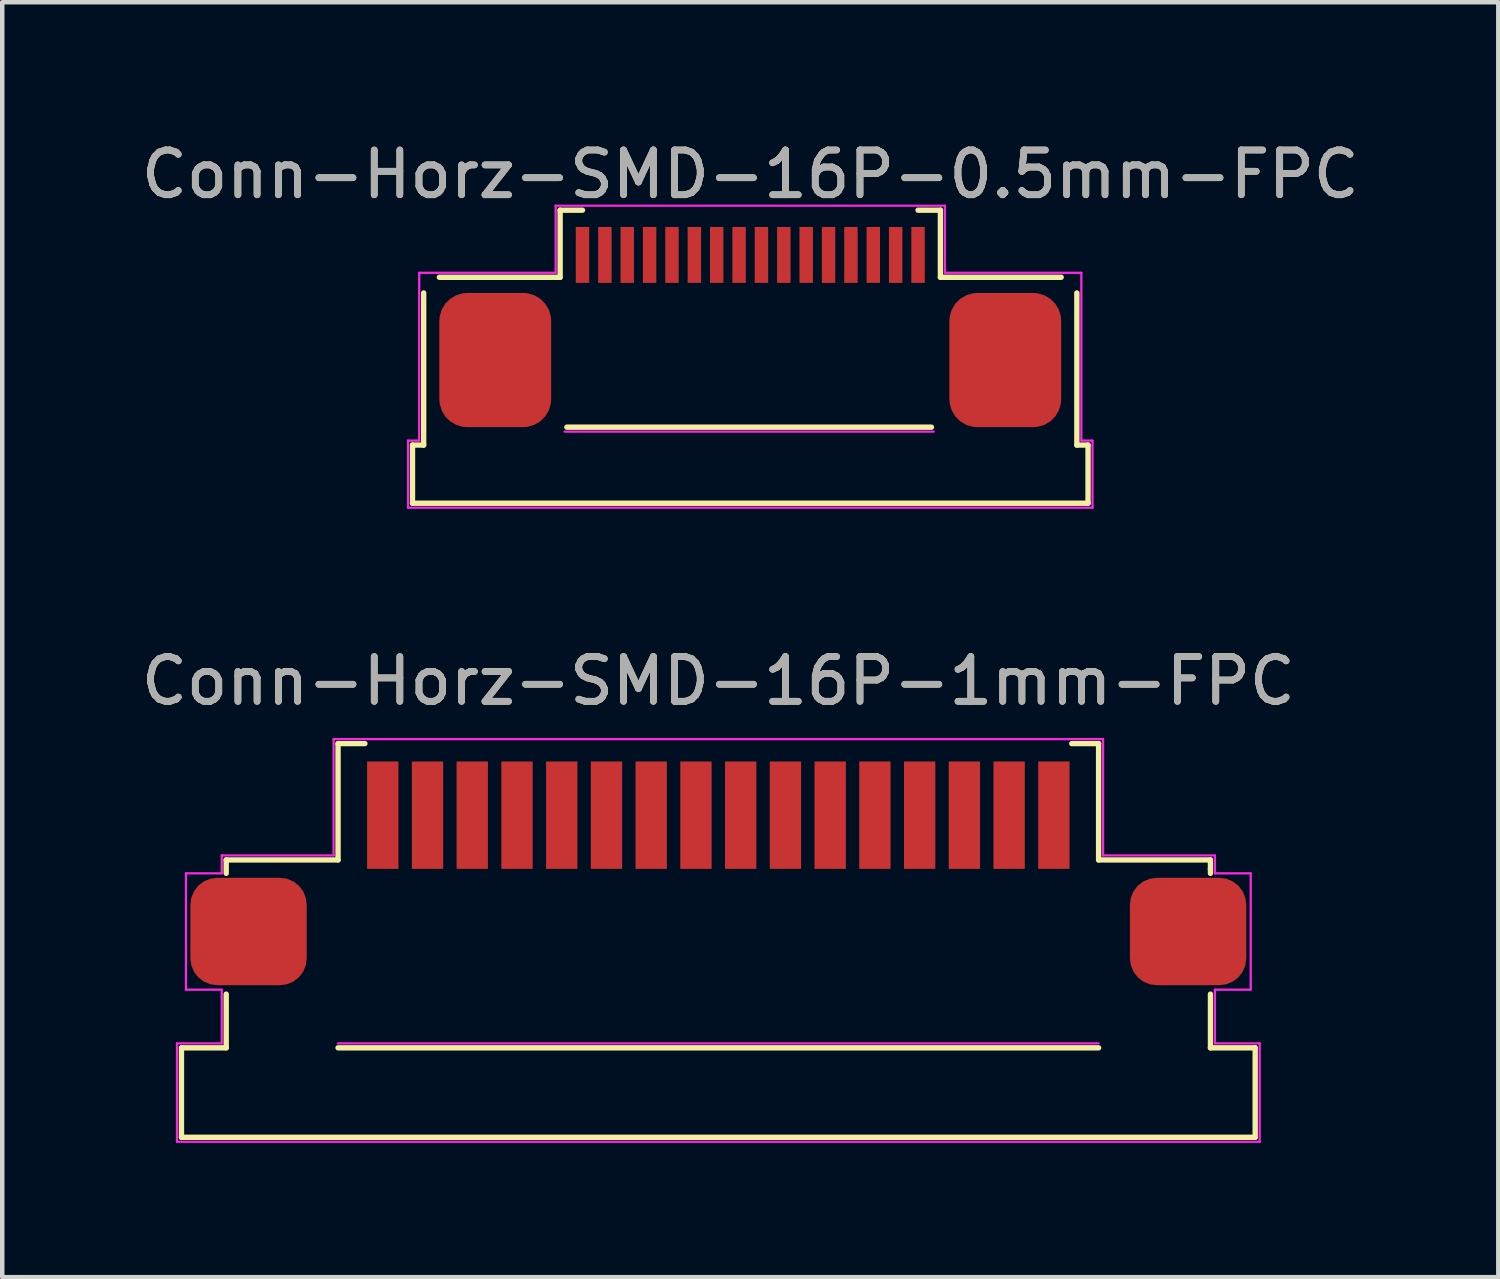
<source format=kicad_pcb>
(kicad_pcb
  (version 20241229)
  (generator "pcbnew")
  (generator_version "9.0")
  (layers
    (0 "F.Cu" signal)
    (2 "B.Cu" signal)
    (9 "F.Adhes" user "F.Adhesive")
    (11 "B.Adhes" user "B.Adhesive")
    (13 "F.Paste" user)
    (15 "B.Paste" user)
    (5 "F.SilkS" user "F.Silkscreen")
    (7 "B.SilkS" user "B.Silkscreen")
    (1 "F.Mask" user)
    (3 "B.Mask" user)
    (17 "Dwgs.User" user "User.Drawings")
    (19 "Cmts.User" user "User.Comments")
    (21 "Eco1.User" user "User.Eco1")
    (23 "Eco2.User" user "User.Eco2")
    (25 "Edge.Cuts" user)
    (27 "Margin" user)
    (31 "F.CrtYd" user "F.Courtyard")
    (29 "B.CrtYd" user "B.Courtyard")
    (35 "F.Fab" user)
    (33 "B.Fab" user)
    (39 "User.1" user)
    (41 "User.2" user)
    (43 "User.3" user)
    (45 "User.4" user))
  (footprint "Conn-Horz-SMD-16P-1mm-FPC"
    (layer "F.Cu")
    (at 13.006 18.971)
    (property "Reference" "Conn-Horz-SMD-16P-1mm-FPC" (at 0 -6.8 0) (unlocked yes) (layer "F.SilkS") (effects (font (size 1 1) (thickness 0.15))))
    (attr smd)
    (fp_line (start -12 1.4) (end -11 1.4) (stroke (width 0.12) (type solid)) (layer "F.SilkS"))
    (fp_line (start -12 3.4) (end -12 1.4) (stroke (width 0.12) (type solid)) (layer "F.SilkS"))
    (fp_line (start -12 3.4) (end 12 3.4) (stroke (width 0.12) (type solid)) (layer "F.SilkS"))
    (fp_line (start -11 -2.8) (end -8.5 -2.8) (stroke (width 0.12) (type solid)) (layer "F.SilkS"))
    (fp_line (start -11 -2.5) (end -11 -2.8) (stroke (width 0.12) (type solid)) (layer "F.SilkS"))
    (fp_line (start -11 1.4) (end -11 0.2) (stroke (width 0.12) (type solid)) (layer "F.SilkS"))
    (fp_line (start -8.5 -5.4) (end -7.9 -5.4) (stroke (width 0.12) (type solid)) (layer "F.SilkS"))
    (fp_line (start -8.5 -2.8) (end -8.5 -5.4) (stroke (width 0.12) (type solid)) (layer "F.SilkS"))
    (fp_line (start -8.5 1.4) (end 8.5 1.4) (stroke (width 0.12) (type solid)) (layer "F.SilkS"))
    (fp_line (start 8.5 -5.4) (end 7.9 -5.4) (stroke (width 0.12) (type solid)) (layer "F.SilkS"))
    (fp_line (start 8.5 -2.8) (end 8.5 -5.4) (stroke (width 0.12) (type solid)) (layer "F.SilkS"))
    (fp_line (start 11 -2.8) (end 8.5 -2.8) (stroke (width 0.12) (type solid)) (layer "F.SilkS"))
    (fp_line (start 11 -2.6) (end 11 -2.8) (stroke (width 0.12) (type solid)) (layer "F.SilkS"))
    (fp_line (start 11 -2.6) (end 11 -2.5) (stroke (width 0.12) (type solid)) (layer "F.SilkS"))
    (fp_line (start 11 1.4) (end 11 0.2) (stroke (width 0.12) (type solid)) (layer "F.SilkS"))
    (fp_line (start 12 1.4) (end 11 1.4) (stroke (width 0.12) (type solid)) (layer "F.SilkS"))
    (fp_line (start 12 3.4) (end 12 1.4) (stroke (width 0.12) (type solid)) (layer "F.SilkS"))
    (fp_line (start -12.1 1.3) (end -11.1 1.3) (stroke (width 0.05) (type solid)) (layer "F.CrtYd"))
    (fp_line (start -12.1 3.5) (end -12.1 1.3) (stroke (width 0.05) (type solid)) (layer "F.CrtYd"))
    (fp_line (start -11.9 -2.5) (end -11.1 -2.5) (stroke (width 0.05) (type solid)) (layer "F.CrtYd"))
    (fp_line (start -11.9 0.1) (end -11.9 -2.5) (stroke (width 0.05) (type solid)) (layer "F.CrtYd"))
    (fp_line (start -11.1 -2.9) (end -8.6 -2.9) (stroke (width 0.05) (type solid)) (layer "F.CrtYd"))
    (fp_line (start -11.1 -2.5) (end -11.1 -2.9) (stroke (width 0.05) (type solid)) (layer "F.CrtYd"))
    (fp_line (start -11.1 0.1) (end -11.9 0.1) (stroke (width 0.05) (type solid)) (layer "F.CrtYd"))
    (fp_line (start -11.1 1.3) (end -11.1 0.1) (stroke (width 0.05) (type solid)) (layer "F.CrtYd"))
    (fp_line (start -8.6 -5.5) (end 8.6 -5.5) (stroke (width 0.05) (type solid)) (layer "F.CrtYd"))
    (fp_line (start -8.6 -2.9) (end -8.6 -5.5) (stroke (width 0.05) (type solid)) (layer "F.CrtYd"))
    (fp_line (start 8.5 1.3) (end -8.5 1.3) (stroke (width 0.05) (type solid)) (layer "F.CrtYd"))
    (fp_line (start 8.6 -5.5) (end 8.6 -2.9) (stroke (width 0.05) (type solid)) (layer "F.CrtYd"))
    (fp_line (start 8.6 -2.9) (end 11.1 -2.9) (stroke (width 0.05) (type solid)) (layer "F.CrtYd"))
    (fp_line (start 11.1 -2.5) (end 11.1 -2.9) (stroke (width 0.05) (type solid)) (layer "F.CrtYd"))
    (fp_line (start 11.1 0.1) (end 11.9 0.1) (stroke (width 0.05) (type solid)) (layer "F.CrtYd"))
    (fp_line (start 11.1 1.3) (end 11.1 0.1) (stroke (width 0.05) (type solid)) (layer "F.CrtYd"))
    (fp_line (start 11.1 1.3) (end 12.1 1.3) (stroke (width 0.05) (type solid)) (layer "F.CrtYd"))
    (fp_line (start 11.9 -2.5) (end 11.1 -2.5) (stroke (width 0.05) (type solid)) (layer "F.CrtYd"))
    (fp_line (start 11.9 0.1) (end 11.9 -2.5) (stroke (width 0.05) (type solid)) (layer "F.CrtYd"))
    (fp_line (start 12.1 1.3) (end 12.1 3.5) (stroke (width 0.05) (type solid)) (layer "F.CrtYd"))
    (fp_line (start 12.1 3.5) (end -12.1 3.5) (stroke (width 0.05) (type solid)) (layer "F.CrtYd"))
    (fp_text user "${REFERENCE}" (at 0 -6.8 0) (unlocked yes) (layer "F.Fab") (effects (font (size 1 1) (thickness 0.15))))
    (pad "1" smd rect (at -7.5 -3.8 180) (size 0.7 2.4) (layers "F.Cu" "F.Mask" "F.Paste"))
    (pad "2" smd rect (at -6.5 -3.8 180) (size 0.7 2.4) (layers "F.Cu" "F.Mask" "F.Paste"))
    (pad "3" smd rect (at -5.5 -3.8 180) (size 0.7 2.4) (layers "F.Cu" "F.Mask" "F.Paste"))
    (pad "4" smd rect (at -4.5 -3.8 180) (size 0.7 2.4) (layers "F.Cu" "F.Mask" "F.Paste"))
    (pad "5" smd rect (at -3.5 -3.8 180) (size 0.7 2.4) (layers "F.Cu" "F.Mask" "F.Paste"))
    (pad "6" smd rect (at -2.5 -3.8 180) (size 0.7 2.4) (layers "F.Cu" "F.Mask" "F.Paste"))
    (pad "7" smd rect (at -1.5 -3.8 180) (size 0.7 2.4) (layers "F.Cu" "F.Mask" "F.Paste"))
    (pad "8" smd rect (at -0.5 -3.8 180) (size 0.7 2.4) (layers "F.Cu" "F.Mask" "F.Paste"))
    (pad "9" smd rect (at 0.5 -3.8 180) (size 0.7 2.4) (layers "F.Cu" "F.Mask" "F.Paste"))
    (pad "10" smd rect (at 1.5 -3.8 180) (size 0.7 2.4) (layers "F.Cu" "F.Mask" "F.Paste"))
    (pad "11" smd rect (at 2.5 -3.8 180) (size 0.7 2.4) (layers "F.Cu" "F.Mask" "F.Paste"))
    (pad "12" smd rect (at 3.5 -3.8 180) (size 0.7 2.4) (layers "F.Cu" "F.Mask" "F.Paste"))
    (pad "13" smd rect (at 4.5 -3.8 180) (size 0.7 2.4) (layers "F.Cu" "F.Mask" "F.Paste"))
    (pad "14" smd rect (at 5.5 -3.8 180) (size 0.7 2.4) (layers "F.Cu" "F.Mask" "F.Paste"))
    (pad "15" smd rect (at 6.5 -3.8 180) (size 0.7 2.4) (layers "F.Cu" "F.Mask" "F.Paste"))
    (pad "16" smd rect (at 7.5 -3.8 180) (size 0.7 2.4) (layers "F.Cu" "F.Mask" "F.Paste"))
    (pad "17" smd roundrect (at 10.5 -1.2) (size 2.6 2.4) (layers "F.Cu" "F.Mask" "F.Paste") (roundrect_rratio 0.25))
    (pad "18" smd roundrect (at -10.5 -1.2) (size 2.6 2.4) (layers "F.Cu" "F.Mask" "F.Paste") (roundrect_rratio 0.25)))
  (footprint "Conn-Horz-SMD-16P-0.5mm-FPC"
    (layer "F.Cu")
    (at 13.72 4.998)
    (property "Reference" "Conn-Horz-SMD-16P-0.5mm-FPC" (at 0 -4.15 0) (unlocked yes) (layer "F.SilkS") (effects (font (size 1 1) (thickness 0.15))))
    (attr smd)
    (fp_line (start -7.55 1.9) (end -7.55 3.2) (stroke (width 0.12) (type solid)) (layer "F.SilkS"))
    (fp_line (start -7.55 1.9) (end -7.3 1.9) (stroke (width 0.12) (type solid)) (layer "F.SilkS"))
    (fp_line (start -7.55 3.2) (end 7.55 3.2) (stroke (width 0.12) (type solid)) (layer "F.SilkS"))
    (fp_line (start -7.3 -1.5) (end -7.3 1.9) (stroke (width 0.12) (type solid)) (layer "F.SilkS"))
    (fp_line (start -6.95 -1.85) (end -4.25 -1.85) (stroke (width 0.12) (type solid)) (layer "F.SilkS"))
    (fp_line (start -4.25 -3.35) (end -3.75 -3.35) (stroke (width 0.12) (type solid)) (layer "F.SilkS"))
    (fp_line (start -4.25 -1.85) (end -4.25 -3.35) (stroke (width 0.12) (type solid)) (layer "F.SilkS"))
    (fp_line (start -4.1 1.5) (end 4.05 1.5) (stroke (width 0.12) (type solid)) (layer "F.SilkS"))
    (fp_line (start 4.25 -3.35) (end 3.75 -3.35) (stroke (width 0.12) (type solid)) (layer "F.SilkS"))
    (fp_line (start 4.25 -1.85) (end 4.25 -3.35) (stroke (width 0.12) (type solid)) (layer "F.SilkS"))
    (fp_line (start 4.25 -1.85) (end 6.95 -1.85) (stroke (width 0.12) (type solid)) (layer "F.SilkS"))
    (fp_line (start 7.3 -1.5) (end 7.3 1.9) (stroke (width 0.12) (type solid)) (layer "F.SilkS"))
    (fp_line (start 7.3 1.9) (end 7.55 1.9) (stroke (width 0.12) (type solid)) (layer "F.SilkS"))
    (fp_line (start 7.55 1.9) (end 7.55 3.2) (stroke (width 0.12) (type solid)) (layer "F.SilkS"))
    (fp_line (start -7.65 1.8) (end -7.4 1.8) (stroke (width 0.05) (type solid)) (layer "F.CrtYd"))
    (fp_line (start -7.65 3.3) (end -7.65 1.8) (stroke (width 0.05) (type solid)) (layer "F.CrtYd"))
    (fp_line (start -7.4 -1.95) (end -4.35 -1.95) (stroke (width 0.05) (type solid)) (layer "F.CrtYd"))
    (fp_line (start -7.4 1.8) (end -7.4 -1.95) (stroke (width 0.05) (type solid)) (layer "F.CrtYd"))
    (fp_line (start -4.35 -3.45) (end 4.35 -3.45) (stroke (width 0.05) (type solid)) (layer "F.CrtYd"))
    (fp_line (start -4.35 -1.95) (end -4.35 -3.45) (stroke (width 0.05) (type solid)) (layer "F.CrtYd"))
    (fp_line (start -4.15 1.6) (end 4.1 1.6) (stroke (width 0.05) (type solid)) (layer "F.CrtYd"))
    (fp_line (start 4.35 -3.45) (end 4.35 -1.95) (stroke (width 0.05) (type solid)) (layer "F.CrtYd"))
    (fp_line (start 4.35 -1.95) (end 7.4 -1.95) (stroke (width 0.05) (type solid)) (layer "F.CrtYd"))
    (fp_line (start 7.4 -1.95) (end 7.4 1.8) (stroke (width 0.05) (type solid)) (layer "F.CrtYd"))
    (fp_line (start 7.4 1.8) (end 7.65 1.8) (stroke (width 0.05) (type solid)) (layer "F.CrtYd"))
    (fp_line (start 7.65 1.8) (end 7.65 3.3) (stroke (width 0.05) (type solid)) (layer "F.CrtYd"))
    (fp_line (start 7.65 3.3) (end -7.65 3.3) (stroke (width 0.05) (type solid)) (layer "F.CrtYd"))
    (fp_text user "${REFERENCE}" (at 0 -4.15 0) (unlocked yes) (layer "F.Fab") (effects (font (size 1 1) (thickness 0.15))))
    (pad "1" smd rect (at 3.75 -2.35 180) (size 0.3 1.25) (layers "F.Cu" "F.Mask" "F.Paste"))
    (pad "2" smd rect (at 3.25 -2.35 180) (size 0.3 1.25) (layers "F.Cu" "F.Mask" "F.Paste"))
    (pad "3" smd rect (at 2.75 -2.35 180) (size 0.3 1.25) (layers "F.Cu" "F.Mask" "F.Paste"))
    (pad "4" smd rect (at 2.25 -2.35 180) (size 0.3 1.25) (layers "F.Cu" "F.Mask" "F.Paste"))
    (pad "5" smd rect (at 1.75 -2.35 180) (size 0.3 1.25) (layers "F.Cu" "F.Mask" "F.Paste"))
    (pad "6" smd rect (at 1.25 -2.35 180) (size 0.3 1.25) (layers "F.Cu" "F.Mask" "F.Paste"))
    (pad "7" smd rect (at 0.75 -2.35 180) (size 0.3 1.25) (layers "F.Cu" "F.Mask" "F.Paste"))
    (pad "8" smd rect (at 0.25 -2.35 180) (size 0.3 1.25) (layers "F.Cu" "F.Mask" "F.Paste"))
    (pad "9" smd rect (at -0.25 -2.35 180) (size 0.3 1.25) (layers "F.Cu" "F.Mask" "F.Paste"))
    (pad "10" smd rect (at -0.75 -2.35 180) (size 0.3 1.25) (layers "F.Cu" "F.Mask" "F.Paste"))
    (pad "11" smd rect (at -1.25 -2.35 180) (size 0.3 1.25) (layers "F.Cu" "F.Mask" "F.Paste"))
    (pad "12" smd rect (at -1.75 -2.35 180) (size 0.3 1.25) (layers "F.Cu" "F.Mask" "F.Paste"))
    (pad "13" smd rect (at -2.25 -2.35 180) (size 0.3 1.25) (layers "F.Cu" "F.Mask" "F.Paste"))
    (pad "14" smd rect (at -2.75 -2.35 180) (size 0.3 1.25) (layers "F.Cu" "F.Mask" "F.Paste"))
    (pad "15" smd rect (at -3.25 -2.35 180) (size 0.3 1.25) (layers "F.Cu" "F.Mask" "F.Paste"))
    (pad "16" smd rect (at -3.75 -2.35 180) (size 0.3 1.25) (layers "F.Cu" "F.Mask" "F.Paste"))
    (pad "17" smd roundrect (at 5.7 0) (size 2.5 3) (layers "F.Cu" "F.Mask" "F.Paste") (roundrect_rratio 0.25))
    (pad "18" smd roundrect (at -5.7 0) (size 2.5 3) (layers "F.Cu" "F.Mask" "F.Paste") (roundrect_rratio 0.25)))
  (gr_rect
    (start -3 -3)
    (end 30.44 25.497)
    (stroke (width 0.1) (type default))
    (fill no)
    (layer "Edge.Cuts")))
</source>
